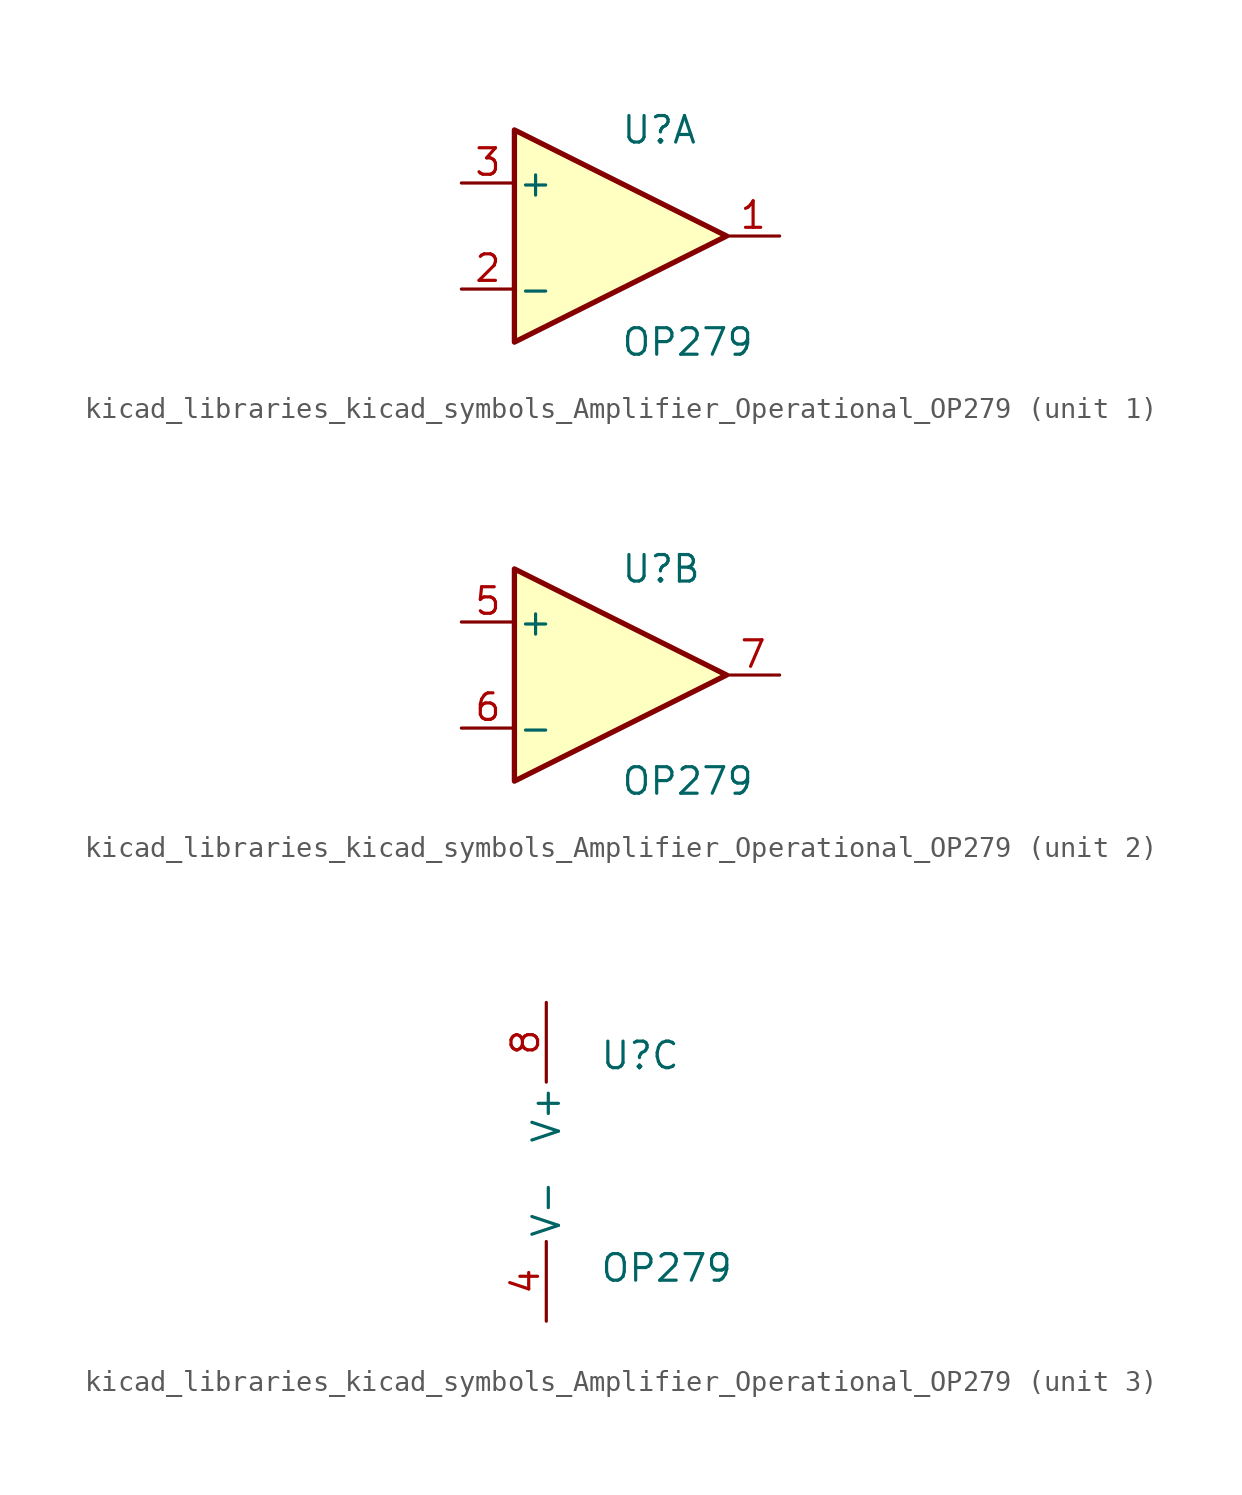
<source format=kicad_sym>
(kicad_symbol_lib
  (version 20220914)
  (generator kicad_symbol_editor)
  (symbol "kicad_libraries_kicad_symbols_Amplifier_Operational_OP279"
    (pin_names
      (offset 0.127))
    (property "Reference" "U"
      (at 0 5.08 0)
      (effects (font (size 1.27 1.27)) (justify left)))
    (property "Value" "OP279"
      (at 0 -5.08 0)
      (effects (font (size 1.27 1.27)) (justify left)))
    (property "ki_locked" ""
      (at 0 0 0)
      (effects (font (size 1.27 1.27))))
    (symbol "kicad_libraries_kicad_symbols_Amplifier_Operational_OP279_1_1"
      (polyline (pts (xy -5.08 5.08) (xy 5.08 0) (xy -5.08 -5.08) (xy -5.08 5.08)) (stroke (width 0.254) (type default)) (fill (type background)))
      (pin output line (at 7.62 0 180) (length 2.54) (name "~" (effects (font (size 1.27 1.27)))) (number "1" (effects (font (size 1.27 1.27)))))
      (pin input line (at -7.62 -2.54 0) (length 2.54) (name "-" (effects (font (size 1.27 1.27)))) (number "2" (effects (font (size 1.27 1.27)))))
      (pin input line (at -7.62 2.54 0) (length 2.54) (name "+" (effects (font (size 1.27 1.27)))) (number "3" (effects (font (size 1.27 1.27))))))
    (symbol "kicad_libraries_kicad_symbols_Amplifier_Operational_OP279_2_1"
      (polyline (pts (xy -5.08 5.08) (xy 5.08 0) (xy -5.08 -5.08) (xy -5.08 5.08)) (stroke (width 0.254) (type default)) (fill (type background)))
      (pin input line (at -7.62 2.54 0) (length 2.54) (name "+" (effects (font (size 1.27 1.27)))) (number "5" (effects (font (size 1.27 1.27)))))
      (pin input line (at -7.62 -2.54 0) (length 2.54) (name "-" (effects (font (size 1.27 1.27)))) (number "6" (effects (font (size 1.27 1.27)))))
      (pin output line (at 7.62 0 180) (length 2.54) (name "~" (effects (font (size 1.27 1.27)))) (number "7" (effects (font (size 1.27 1.27))))))
    (symbol "kicad_libraries_kicad_symbols_Amplifier_Operational_OP279_3_1"
      (pin power_in line (at -2.54 -7.62 90) (length 3.81) (name "V-" (effects (font (size 1.27 1.27)))) (number "4" (effects (font (size 1.27 1.27)))))
      (pin power_in line (at -2.54 7.62 270) (length 3.81) (name "V+" (effects (font (size 1.27 1.27)))) (number "8" (effects (font (size 1.27 1.27))))))))
</source>
